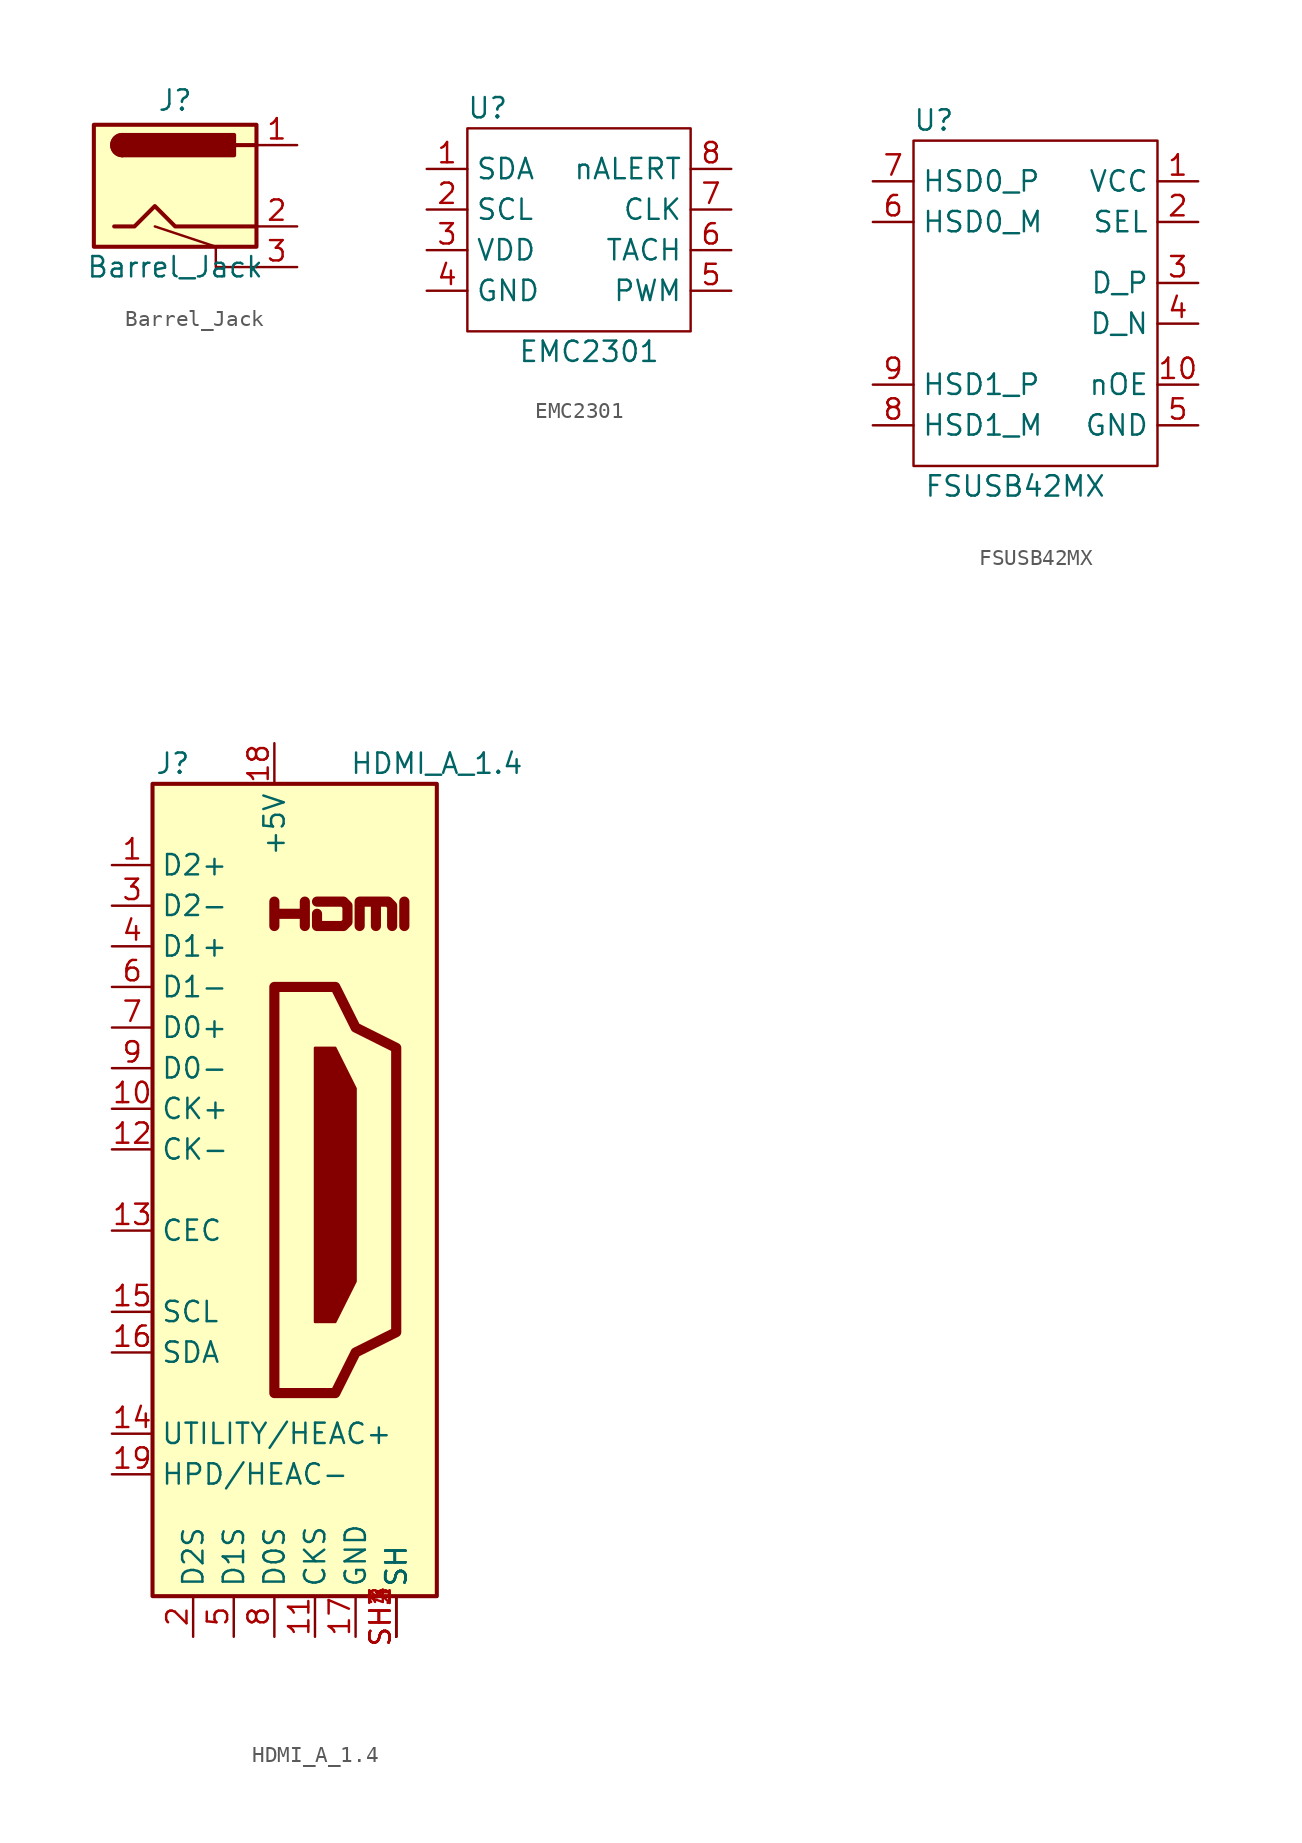
<source format=kicad_sym>
(kicad_symbol_lib
  (version 20201005)
  (generator kicad_symbol_editor)
  (symbol "cm4crypto:Barrel_Jack"
    (property "Reference" "J"
      (at 0 5.334 0)
      (effects (font (size 1.27 1.27))))
    (property "Value" "Barrel_Jack"
      (at 0 -5.08 0)
      (effects (font (size 1.27 1.27))))
    (symbol "Barrel_Jack_0_1"
      (arc (start -3.302 3.175) (end -3.302 1.905) (radius (at -3.302 2.54) (length 0.635) (angles 90.1 -90.1)) (stroke (width 0.254)) (fill (type none)))
      (arc (start -3.302 3.175) (end -3.302 1.905) (radius (at -3.302 2.54) (length 0.635) (angles 90.1 -90.1)) (stroke (width 0.254)) (fill (type outline)))
      (rectangle (start 3.683 3.175) (end -3.302 1.905) (stroke (width 0.254)) (fill (type outline)))
      (rectangle (start -5.08 3.81) (end 5.08 -3.81) (stroke (width 0.254)) (fill (type background)))
      (polyline (pts (xy 5.08 2.54) (xy 3.81 2.54)) (stroke (width 0.254)) (fill (type none)))
      (polyline (pts (xy 5.08 -5.08) (xy 2.54 -5.08) (xy 2.54 -3.81) (xy -1.27 -2.54)) (stroke (width 0)) (fill (type none)))
      (polyline (pts (xy -3.81 -2.54) (xy -2.54 -2.54) (xy -1.27 -1.27) (xy 0 -2.54) (xy 2.54 -2.54) (xy 5.08 -2.54)) (stroke (width 0.254)) (fill (type none))))
    (symbol "Barrel_Jack_1_1"
      (pin passive line (at 7.62 2.54 180) (length 2.54) (name "~" (effects (font (size 1.27 1.27)))) (number "1" (effects (font (size 1.27 1.27)))))
      (pin passive line (at 7.62 -2.54 180) (length 2.54) (name "~" (effects (font (size 1.27 1.27)))) (number "2" (effects (font (size 1.27 1.27)))))
      (pin passive line (at 7.62 -5.08 180) (length 2.54) (name "~" (effects (font (size 1.27 1.27)))) (number "3" (effects (font (size 1.27 1.27)))))))
  (symbol "cm4crypto:EMC2301"
    (property "Reference" "U"
      (at -7.62 13.97 0)
      (effects (font (size 1.27 1.27))))
    (property "Value" "EMC2301"
      (at -1.27 -1.27 0)
      (effects (font (size 1.27 1.27))))
    (symbol "EMC2301_0_0"
      (pin open_collector line (at -11.43 10.16 0) (length 2.54) (name "SDA" (effects (font (size 1.27 1.27)))) (number "1" (effects (font (size 1.27 1.27)))))
      (pin open_collector line (at -11.43 7.62 0) (length 2.54) (name "SCL" (effects (font (size 1.27 1.27)))) (number "2" (effects (font (size 1.27 1.27)))))
      (pin power_in line (at -11.43 5.08 0) (length 2.54) (name "VDD" (effects (font (size 1.27 1.27)))) (number "3" (effects (font (size 1.27 1.27)))))
      (pin power_in line (at -11.43 2.54 0) (length 2.54) (name "GND" (effects (font (size 1.27 1.27)))) (number "4" (effects (font (size 1.27 1.27)))))
      (pin output line (at 7.62 2.54 180) (length 2.54) (name "PWM" (effects (font (size 1.27 1.27)))) (number "5" (effects (font (size 1.27 1.27)))))
      (pin input line (at 7.62 5.08 180) (length 2.54) (name "TACH" (effects (font (size 1.27 1.27)))) (number "6" (effects (font (size 1.27 1.27)))))
      (pin input line (at 7.62 7.62 180) (length 2.54) (name "CLK" (effects (font (size 1.27 1.27)))) (number "7" (effects (font (size 1.27 1.27)))))
      (pin open_collector line (at 7.62 10.16 180) (length 2.54) (name "nALERT" (effects (font (size 1.27 1.27)))) (number "8" (effects (font (size 1.27 1.27))))))
    (symbol "EMC2301_0_1"
      (rectangle (start -8.89 12.7) (end 5.08 0) (stroke (width 0)) (fill (type none)))))
  (symbol "cm4crypto:FSUSB42MX"
    (property "Reference" "U"
      (at -7.62 20.32 0)
      (effects (font (size 1.27 1.27))))
    (property "Value" "FSUSB42MX"
      (at -2.54 -2.54 0)
      (effects (font (size 1.27 1.27))))
    (symbol "FSUSB42MX_0_0"
      (pin power_in line (at 8.89 16.51 180) (length 2.54) (name "VCC" (effects (font (size 1.27 1.27)))) (number "1" (effects (font (size 1.27 1.27)))))
      (pin input line (at 8.89 3.81 180) (length 2.54) (name "nOE" (effects (font (size 1.27 1.27)))) (number "10" (effects (font (size 1.27 1.27)))))
      (pin input line (at 8.89 13.97 180) (length 2.54) (name "SEL" (effects (font (size 1.27 1.27)))) (number "2" (effects (font (size 1.27 1.27)))))
      (pin bidirectional line (at 8.89 10.16 180) (length 2.54) (name "D_P" (effects (font (size 1.27 1.27)))) (number "3" (effects (font (size 1.27 1.27)))))
      (pin bidirectional line (at 8.89 7.62 180) (length 2.54) (name "D_N" (effects (font (size 1.27 1.27)))) (number "4" (effects (font (size 1.27 1.27)))))
      (pin power_in line (at 8.89 1.27 180) (length 2.54) (name "GND" (effects (font (size 1.27 1.27)))) (number "5" (effects (font (size 1.27 1.27)))))
      (pin bidirectional line (at -11.43 13.97 0) (length 2.54) (name "HSD0_M" (effects (font (size 1.27 1.27)))) (number "6" (effects (font (size 1.27 1.27)))))
      (pin bidirectional line (at -11.43 16.51 0) (length 2.54) (name "HSD0_P" (effects (font (size 1.27 1.27)))) (number "7" (effects (font (size 1.27 1.27)))))
      (pin bidirectional line (at -11.43 1.27 0) (length 2.54) (name "HSD1_M" (effects (font (size 1.27 1.27)))) (number "8" (effects (font (size 1.27 1.27)))))
      (pin bidirectional line (at -11.43 3.81 0) (length 2.54) (name "HSD1_P" (effects (font (size 1.27 1.27)))) (number "9" (effects (font (size 1.27 1.27))))))
    (symbol "FSUSB42MX_0_1"
      (rectangle (start -8.89 19.05) (end 6.35 -1.27) (stroke (width 0)) (fill (type none)))))
  (symbol "cm4crypto:HDMI_A_1.4"
    (property "Reference" "J"
      (at -6.35 26.67 0)
      (effects (font (size 1.27 1.27))))
    (property "Value" "HDMI_A_1.4"
      (at 10.16 26.67 0)
      (effects (font (size 1.27 1.27))))
    (symbol "HDMI_A_1.4_0_0"
      (polyline (pts (xy 8.128 16.51) (xy 8.128 18.034)) (stroke (width 0.635)) (fill (type none)))
      (polyline (pts (xy 0 16.51) (xy 0 18.034) (xy 0 17.272) (xy 1.905 17.272) (xy 1.905 18.034) (xy 1.905 16.51)) (stroke (width 0.635)) (fill (type none)))
      (polyline (pts (xy 2.667 18.034) (xy 4.318 18.034) (xy 4.572 17.78) (xy 4.572 16.764) (xy 4.318 16.51) (xy 2.667 16.51) (xy 2.667 17.272)) (stroke (width 0.635)) (fill (type none)))
      (pin passive line (at 7.62 -27.94 90) (length 2.54) (name "SH" (effects (font (size 1.27 1.27)))) (number "SH2" (effects (font (size 1.27 1.27)))))
      (pin passive line (at 7.62 -27.94 90) (length 2.54) (name "SH" (effects (font (size 1.27 1.27)))) (number "SH3" (effects (font (size 1.27 1.27)))))
      (pin passive line (at 7.62 -27.94 90) (length 2.54) (name "SH" (effects (font (size 1.27 1.27)))) (number "SH4" (effects (font (size 1.27 1.27))))))
    (symbol "HDMI_A_1.4_0_1"
      (rectangle (start -7.62 25.4) (end 10.16 -25.4) (stroke (width 0.254)) (fill (type background)))
      (polyline (pts (xy 5.334 16.51) (xy 5.334 18.034) (xy 6.35 18.034) (xy 6.35 16.51) (xy 6.35 18.034) (xy 7.112 18.034) (xy 7.366 17.78) (xy 7.366 16.51)) (stroke (width 0.635)) (fill (type none)))
      (polyline (pts (xy 0 12.7) (xy 0 -12.7) (xy 3.81 -12.7) (xy 5.08 -10.16) (xy 7.62 -8.89) (xy 7.62 8.89) (xy 5.08 10.16) (xy 3.81 12.7) (xy 0 12.7)) (stroke (width 0.635)) (fill (type none)))
      (polyline (pts (xy 2.54 8.89) (xy 3.81 8.89) (xy 5.08 6.35) (xy 5.08 -5.715) (xy 3.81 -8.255) (xy 2.54 -8.255) (xy 2.54 8.89)) (stroke (width 0)) (fill (type outline))))
    (symbol "HDMI_A_1.4_1_1"
      (pin passive line (at -10.16 20.32 0) (length 2.54) (name "D2+" (effects (font (size 1.27 1.27)))) (number "1" (effects (font (size 1.27 1.27)))))
      (pin passive line (at -10.16 5.08 0) (length 2.54) (name "CK+" (effects (font (size 1.27 1.27)))) (number "10" (effects (font (size 1.27 1.27)))))
      (pin power_in line (at 2.54 -27.94 90) (length 2.54) (name "CKS" (effects (font (size 1.27 1.27)))) (number "11" (effects (font (size 1.27 1.27)))))
      (pin passive line (at -10.16 2.54 0) (length 2.54) (name "CK-" (effects (font (size 1.27 1.27)))) (number "12" (effects (font (size 1.27 1.27)))))
      (pin bidirectional line (at -10.16 -2.54 0) (length 2.54) (name "CEC" (effects (font (size 1.27 1.27)))) (number "13" (effects (font (size 1.27 1.27)))))
      (pin passive line (at -10.16 -15.24 0) (length 2.54) (name "UTILITY/HEAC+" (effects (font (size 1.27 1.27)))) (number "14" (effects (font (size 1.27 1.27)))))
      (pin passive line (at -10.16 -7.62 0) (length 2.54) (name "SCL" (effects (font (size 1.27 1.27)))) (number "15" (effects (font (size 1.27 1.27)))))
      (pin bidirectional line (at -10.16 -10.16 0) (length 2.54) (name "SDA" (effects (font (size 1.27 1.27)))) (number "16" (effects (font (size 1.27 1.27)))))
      (pin power_in line (at 5.08 -27.94 90) (length 2.54) (name "GND" (effects (font (size 1.27 1.27)))) (number "17" (effects (font (size 1.27 1.27)))))
      (pin power_in line (at 0 27.94 270) (length 2.54) (name "+5V" (effects (font (size 1.27 1.27)))) (number "18" (effects (font (size 1.27 1.27)))))
      (pin passive line (at -10.16 -17.78 0) (length 2.54) (name "HPD/HEAC-" (effects (font (size 1.27 1.27)))) (number "19" (effects (font (size 1.27 1.27)))))
      (pin power_in line (at -5.08 -27.94 90) (length 2.54) (name "D2S" (effects (font (size 1.27 1.27)))) (number "2" (effects (font (size 1.27 1.27)))))
      (pin passive line (at -10.16 17.78 0) (length 2.54) (name "D2-" (effects (font (size 1.27 1.27)))) (number "3" (effects (font (size 1.27 1.27)))))
      (pin passive line (at -10.16 15.24 0) (length 2.54) (name "D1+" (effects (font (size 1.27 1.27)))) (number "4" (effects (font (size 1.27 1.27)))))
      (pin power_in line (at -2.54 -27.94 90) (length 2.54) (name "D1S" (effects (font (size 1.27 1.27)))) (number "5" (effects (font (size 1.27 1.27)))))
      (pin passive line (at -10.16 12.7 0) (length 2.54) (name "D1-" (effects (font (size 1.27 1.27)))) (number "6" (effects (font (size 1.27 1.27)))))
      (pin passive line (at -10.16 10.16 0) (length 2.54) (name "D0+" (effects (font (size 1.27 1.27)))) (number "7" (effects (font (size 1.27 1.27)))))
      (pin power_in line (at 0 -27.94 90) (length 2.54) (name "D0S" (effects (font (size 1.27 1.27)))) (number "8" (effects (font (size 1.27 1.27)))))
      (pin passive line (at -10.16 7.62 0) (length 2.54) (name "D0-" (effects (font (size 1.27 1.27)))) (number "9" (effects (font (size 1.27 1.27)))))
      (pin passive line (at 7.62 -27.94 90) (length 2.54) (name "SH" (effects (font (size 1.27 1.27)))) (number "SH1" (effects (font (size 1.27 1.27))))))))
</source>
